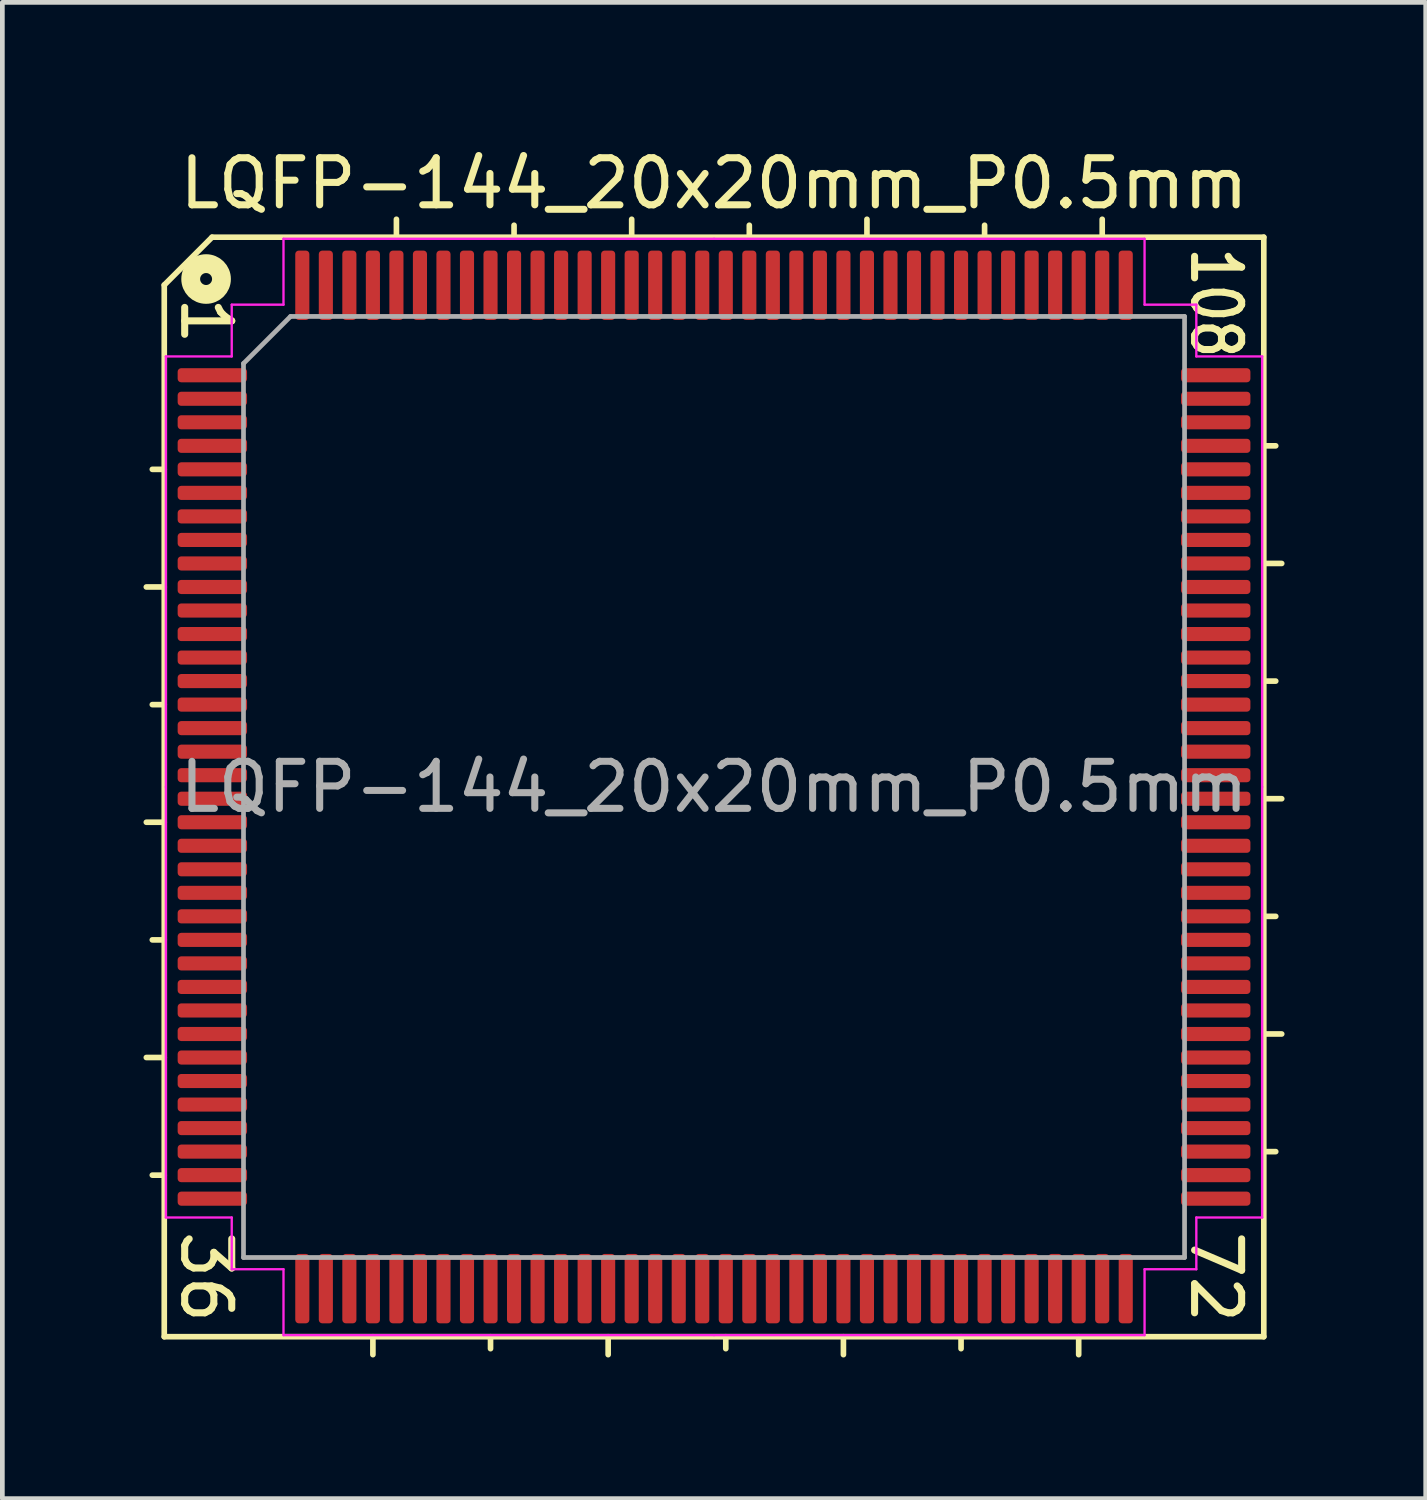
<source format=kicad_pcb>
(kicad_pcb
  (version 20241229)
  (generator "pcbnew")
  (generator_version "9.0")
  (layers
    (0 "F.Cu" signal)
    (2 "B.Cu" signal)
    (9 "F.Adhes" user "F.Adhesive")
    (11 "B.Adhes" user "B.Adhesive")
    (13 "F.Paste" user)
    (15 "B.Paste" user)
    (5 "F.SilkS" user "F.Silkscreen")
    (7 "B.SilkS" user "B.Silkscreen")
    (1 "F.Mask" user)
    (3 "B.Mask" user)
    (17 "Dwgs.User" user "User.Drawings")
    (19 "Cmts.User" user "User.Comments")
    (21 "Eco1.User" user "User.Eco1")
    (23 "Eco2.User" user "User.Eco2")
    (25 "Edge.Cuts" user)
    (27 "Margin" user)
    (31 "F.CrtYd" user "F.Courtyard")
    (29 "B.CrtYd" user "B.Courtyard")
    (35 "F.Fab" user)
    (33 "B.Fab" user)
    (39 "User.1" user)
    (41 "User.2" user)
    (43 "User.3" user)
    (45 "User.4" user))
  (footprint "LQFP-144_20x20mm_P0.5mm"
    (layer "F.Cu")
    (at 12.125 13.675)
    (property "Reference" "LQFP-144_20x20mm_P0.5mm" (at 0 -12.827 0) (layer "F.SilkS") (effects (font (size 1 1) (thickness 0.15))))
    (attr smd)
    (fp_line (start -11.684 -10.668) (end -11.684 11.684) (stroke (width 0.12) (type solid)) (layer "F.SilkS"))
    (fp_line (start -11.684 -6.75) (end -11.938 -6.75) (stroke (width 0.12) (type solid)) (layer "F.SilkS"))
    (fp_line (start -11.684 -4.25) (end -12.065 -4.25) (stroke (width 0.12) (type solid)) (layer "F.SilkS"))
    (fp_line (start -11.684 -1.75) (end -11.938 -1.75) (stroke (width 0.12) (type solid)) (layer "F.SilkS"))
    (fp_line (start -11.684 0.75) (end -12.065 0.75) (stroke (width 0.12) (type solid)) (layer "F.SilkS"))
    (fp_line (start -11.684 3.25) (end -11.938 3.25) (stroke (width 0.12) (type solid)) (layer "F.SilkS"))
    (fp_line (start -11.684 5.75) (end -12.065 5.75) (stroke (width 0.12) (type solid)) (layer "F.SilkS"))
    (fp_line (start -11.684 8.25) (end -11.938 8.25) (stroke (width 0.12) (type solid)) (layer "F.SilkS"))
    (fp_line (start -11.684 11.684) (end 11.684 11.684) (stroke (width 0.12) (type solid)) (layer "F.SilkS"))
    (fp_line (start -10.668 -11.684) (end -11.684 -10.668) (stroke (width 0.12) (type solid)) (layer "F.SilkS"))
    (fp_line (start -7.25 11.684) (end -7.25 12.065) (stroke (width 0.12) (type solid)) (layer "F.SilkS"))
    (fp_line (start -6.75 -11.684) (end -6.75 -12.065) (stroke (width 0.12) (type solid)) (layer "F.SilkS"))
    (fp_line (start -4.75 11.684) (end -4.75 11.938) (stroke (width 0.12) (type solid)) (layer "F.SilkS"))
    (fp_line (start -4.25 -11.684) (end -4.25 -11.938) (stroke (width 0.12) (type solid)) (layer "F.SilkS"))
    (fp_line (start -2.25 11.684) (end -2.25 12.065) (stroke (width 0.12) (type solid)) (layer "F.SilkS"))
    (fp_line (start -1.75 -11.684) (end -1.75 -12.065) (stroke (width 0.12) (type solid)) (layer "F.SilkS"))
    (fp_line (start 0.25 11.684) (end 0.25 11.938) (stroke (width 0.12) (type solid)) (layer "F.SilkS"))
    (fp_line (start 0.75 -11.684) (end 0.75 -11.938) (stroke (width 0.12) (type solid)) (layer "F.SilkS"))
    (fp_line (start 2.75 11.684) (end 2.75 12.065) (stroke (width 0.12) (type solid)) (layer "F.SilkS"))
    (fp_line (start 3.25 -11.684) (end 3.25 -12.065) (stroke (width 0.12) (type solid)) (layer "F.SilkS"))
    (fp_line (start 5.25 11.684) (end 5.25 11.938) (stroke (width 0.12) (type solid)) (layer "F.SilkS"))
    (fp_line (start 5.75 -11.684) (end 5.75 -11.938) (stroke (width 0.12) (type solid)) (layer "F.SilkS"))
    (fp_line (start 7.75 11.684) (end 7.75 12.065) (stroke (width 0.12) (type solid)) (layer "F.SilkS"))
    (fp_line (start 8.25 -11.684) (end 8.25 -12.065) (stroke (width 0.12) (type solid)) (layer "F.SilkS"))
    (fp_line (start 11.684 -11.684) (end -10.668 -11.684) (stroke (width 0.12) (type solid)) (layer "F.SilkS"))
    (fp_line (start 11.684 -7.25) (end 11.938 -7.25) (stroke (width 0.12) (type solid)) (layer "F.SilkS"))
    (fp_line (start 11.684 -4.75) (end 12.065 -4.75) (stroke (width 0.12) (type solid)) (layer "F.SilkS"))
    (fp_line (start 11.684 -2.25) (end 11.938 -2.25) (stroke (width 0.12) (type solid)) (layer "F.SilkS"))
    (fp_line (start 11.684 0.25) (end 12.065 0.25) (stroke (width 0.12) (type solid)) (layer "F.SilkS"))
    (fp_line (start 11.684 2.75) (end 11.938 2.75) (stroke (width 0.12) (type solid)) (layer "F.SilkS"))
    (fp_line (start 11.684 5.25) (end 12.065 5.25) (stroke (width 0.12) (type solid)) (layer "F.SilkS"))
    (fp_line (start 11.684 7.75) (end 11.938 7.75) (stroke (width 0.12) (type solid)) (layer "F.SilkS"))
    (fp_line (start 11.684 11.684) (end 11.684 -11.684) (stroke (width 0.12) (type solid)) (layer "F.SilkS"))
    (fp_circle (center -10.795 -10.795) (end -10.668 -10.795) (stroke (width 0.4) (type solid)) (fill no) (layer "F.SilkS"))
    (fp_line (start -11.65 -9.15) (end -11.65 0) (stroke (width 0.05) (type solid)) (layer "F.CrtYd"))
    (fp_line (start -11.65 9.15) (end -11.65 0) (stroke (width 0.05) (type solid)) (layer "F.CrtYd"))
    (fp_line (start -10.25 -10.25) (end -10.25 -9.15) (stroke (width 0.05) (type solid)) (layer "F.CrtYd"))
    (fp_line (start -10.25 -9.15) (end -11.65 -9.15) (stroke (width 0.05) (type solid)) (layer "F.CrtYd"))
    (fp_line (start -10.25 9.15) (end -11.65 9.15) (stroke (width 0.05) (type solid)) (layer "F.CrtYd"))
    (fp_line (start -10.25 10.25) (end -10.25 9.15) (stroke (width 0.05) (type solid)) (layer "F.CrtYd"))
    (fp_line (start -9.15 -11.65) (end -9.15 -10.25) (stroke (width 0.05) (type solid)) (layer "F.CrtYd"))
    (fp_line (start -9.15 -10.25) (end -10.25 -10.25) (stroke (width 0.05) (type solid)) (layer "F.CrtYd"))
    (fp_line (start -9.15 10.25) (end -10.25 10.25) (stroke (width 0.05) (type solid)) (layer "F.CrtYd"))
    (fp_line (start -9.15 11.65) (end -9.15 10.25) (stroke (width 0.05) (type solid)) (layer "F.CrtYd"))
    (fp_line (start 0 -11.65) (end -9.15 -11.65) (stroke (width 0.05) (type solid)) (layer "F.CrtYd"))
    (fp_line (start 0 -11.65) (end 9.15 -11.65) (stroke (width 0.05) (type solid)) (layer "F.CrtYd"))
    (fp_line (start 0 11.65) (end -9.15 11.65) (stroke (width 0.05) (type solid)) (layer "F.CrtYd"))
    (fp_line (start 0 11.65) (end 9.15 11.65) (stroke (width 0.05) (type solid)) (layer "F.CrtYd"))
    (fp_line (start 9.15 -11.65) (end 9.15 -10.25) (stroke (width 0.05) (type solid)) (layer "F.CrtYd"))
    (fp_line (start 9.15 -10.25) (end 10.25 -10.25) (stroke (width 0.05) (type solid)) (layer "F.CrtYd"))
    (fp_line (start 9.15 10.25) (end 10.25 10.25) (stroke (width 0.05) (type solid)) (layer "F.CrtYd"))
    (fp_line (start 9.15 11.65) (end 9.15 10.25) (stroke (width 0.05) (type solid)) (layer "F.CrtYd"))
    (fp_line (start 10.25 -10.25) (end 10.25 -9.15) (stroke (width 0.05) (type solid)) (layer "F.CrtYd"))
    (fp_line (start 10.25 -9.15) (end 11.65 -9.15) (stroke (width 0.05) (type solid)) (layer "F.CrtYd"))
    (fp_line (start 10.25 9.15) (end 11.65 9.15) (stroke (width 0.05) (type solid)) (layer "F.CrtYd"))
    (fp_line (start 10.25 10.25) (end 10.25 9.15) (stroke (width 0.05) (type solid)) (layer "F.CrtYd"))
    (fp_line (start 11.65 -9.15) (end 11.65 0) (stroke (width 0.05) (type solid)) (layer "F.CrtYd"))
    (fp_line (start 11.65 9.15) (end 11.65 0) (stroke (width 0.05) (type solid)) (layer "F.CrtYd"))
    (fp_line (start -10 -9) (end -9 -10) (stroke (width 0.1) (type solid)) (layer "F.Fab"))
    (fp_line (start -10 10) (end -10 -9) (stroke (width 0.1) (type solid)) (layer "F.Fab"))
    (fp_line (start -9 -10) (end 10 -10) (stroke (width 0.1) (type solid)) (layer "F.Fab"))
    (fp_line (start 10 -10) (end 10 10) (stroke (width 0.1) (type solid)) (layer "F.Fab"))
    (fp_line (start 10 10) (end -10 10) (stroke (width 0.1) (type solid)) (layer "F.Fab"))
    (fp_text user "1" (at -10.795 -9.906 270) (unlocked yes) (layer "F.SilkS") (effects (font (size 1 1) (thickness 0.15))))
    (fp_text user "72" (at 10.668 10.414 270) (unlocked yes) (layer "F.SilkS") (effects (font (size 1 1) (thickness 0.15))))
    (fp_text user "108" (at 10.668 -10.287 270) (unlocked yes) (layer "F.SilkS") (effects (font (size 1 0.8) (thickness 0.15))))
    (fp_text user "36" (at -10.795 10.414 270) (unlocked yes) (layer "F.SilkS") (effects (font (size 1 1) (thickness 0.15))))
    (fp_text user "${REFERENCE}" (at 0 0 0) (layer "F.Fab") (effects (font (size 1 1) (thickness 0.15))))
    (pad "1" smd roundrect (at -10.662 -8.75) (size 1.475 0.3) (layers "F.Cu" "F.Mask" "F.Paste") (roundrect_rratio 0.25))
    (pad "2" smd roundrect (at -10.662 -8.25) (size 1.475 0.3) (layers "F.Cu" "F.Mask" "F.Paste") (roundrect_rratio 0.25))
    (pad "3" smd roundrect (at -10.662 -7.75) (size 1.475 0.3) (layers "F.Cu" "F.Mask" "F.Paste") (roundrect_rratio 0.25))
    (pad "4" smd roundrect (at -10.662 -7.25) (size 1.475 0.3) (layers "F.Cu" "F.Mask" "F.Paste") (roundrect_rratio 0.25))
    (pad "5" smd roundrect (at -10.662 -6.75) (size 1.475 0.3) (layers "F.Cu" "F.Mask" "F.Paste") (roundrect_rratio 0.25))
    (pad "6" smd roundrect (at -10.662 -6.25) (size 1.475 0.3) (layers "F.Cu" "F.Mask" "F.Paste") (roundrect_rratio 0.25))
    (pad "7" smd roundrect (at -10.662 -5.75) (size 1.475 0.3) (layers "F.Cu" "F.Mask" "F.Paste") (roundrect_rratio 0.25))
    (pad "8" smd roundrect (at -10.662 -5.25) (size 1.475 0.3) (layers "F.Cu" "F.Mask" "F.Paste") (roundrect_rratio 0.25))
    (pad "9" smd roundrect (at -10.662 -4.75) (size 1.475 0.3) (layers "F.Cu" "F.Mask" "F.Paste") (roundrect_rratio 0.25))
    (pad "10" smd roundrect (at -10.662 -4.25) (size 1.475 0.3) (layers "F.Cu" "F.Mask" "F.Paste") (roundrect_rratio 0.25))
    (pad "11" smd roundrect (at -10.662 -3.75) (size 1.475 0.3) (layers "F.Cu" "F.Mask" "F.Paste") (roundrect_rratio 0.25))
    (pad "12" smd roundrect (at -10.662 -3.25) (size 1.475 0.3) (layers "F.Cu" "F.Mask" "F.Paste") (roundrect_rratio 0.25))
    (pad "13" smd roundrect (at -10.662 -2.75) (size 1.475 0.3) (layers "F.Cu" "F.Mask" "F.Paste") (roundrect_rratio 0.25))
    (pad "14" smd roundrect (at -10.662 -2.25) (size 1.475 0.3) (layers "F.Cu" "F.Mask" "F.Paste") (roundrect_rratio 0.25))
    (pad "15" smd roundrect (at -10.662 -1.75) (size 1.475 0.3) (layers "F.Cu" "F.Mask" "F.Paste") (roundrect_rratio 0.25))
    (pad "16" smd roundrect (at -10.662 -1.25) (size 1.475 0.3) (layers "F.Cu" "F.Mask" "F.Paste") (roundrect_rratio 0.25))
    (pad "17" smd roundrect (at -10.662 -0.75) (size 1.475 0.3) (layers "F.Cu" "F.Mask" "F.Paste") (roundrect_rratio 0.25))
    (pad "18" smd roundrect (at -10.662 -0.25) (size 1.475 0.3) (layers "F.Cu" "F.Mask" "F.Paste") (roundrect_rratio 0.25))
    (pad "19" smd roundrect (at -10.662 0.25) (size 1.475 0.3) (layers "F.Cu" "F.Mask" "F.Paste") (roundrect_rratio 0.25))
    (pad "20" smd roundrect (at -10.662 0.75) (size 1.475 0.3) (layers "F.Cu" "F.Mask" "F.Paste") (roundrect_rratio 0.25))
    (pad "21" smd roundrect (at -10.662 1.25) (size 1.475 0.3) (layers "F.Cu" "F.Mask" "F.Paste") (roundrect_rratio 0.25))
    (pad "22" smd roundrect (at -10.662 1.75) (size 1.475 0.3) (layers "F.Cu" "F.Mask" "F.Paste") (roundrect_rratio 0.25))
    (pad "23" smd roundrect (at -10.662 2.25) (size 1.475 0.3) (layers "F.Cu" "F.Mask" "F.Paste") (roundrect_rratio 0.25))
    (pad "24" smd roundrect (at -10.662 2.75) (size 1.475 0.3) (layers "F.Cu" "F.Mask" "F.Paste") (roundrect_rratio 0.25))
    (pad "25" smd roundrect (at -10.662 3.25) (size 1.475 0.3) (layers "F.Cu" "F.Mask" "F.Paste") (roundrect_rratio 0.25))
    (pad "26" smd roundrect (at -10.662 3.75) (size 1.475 0.3) (layers "F.Cu" "F.Mask" "F.Paste") (roundrect_rratio 0.25))
    (pad "27" smd roundrect (at -10.662 4.25) (size 1.475 0.3) (layers "F.Cu" "F.Mask" "F.Paste") (roundrect_rratio 0.25))
    (pad "28" smd roundrect (at -10.662 4.75) (size 1.475 0.3) (layers "F.Cu" "F.Mask" "F.Paste") (roundrect_rratio 0.25))
    (pad "29" smd roundrect (at -10.662 5.25) (size 1.475 0.3) (layers "F.Cu" "F.Mask" "F.Paste") (roundrect_rratio 0.25))
    (pad "30" smd roundrect (at -10.662 5.75) (size 1.475 0.3) (layers "F.Cu" "F.Mask" "F.Paste") (roundrect_rratio 0.25))
    (pad "31" smd roundrect (at -10.662 6.25) (size 1.475 0.3) (layers "F.Cu" "F.Mask" "F.Paste") (roundrect_rratio 0.25))
    (pad "32" smd roundrect (at -10.662 6.75) (size 1.475 0.3) (layers "F.Cu" "F.Mask" "F.Paste") (roundrect_rratio 0.25))
    (pad "33" smd roundrect (at -10.662 7.25) (size 1.475 0.3) (layers "F.Cu" "F.Mask" "F.Paste") (roundrect_rratio 0.25))
    (pad "34" smd roundrect (at -10.662 7.75) (size 1.475 0.3) (layers "F.Cu" "F.Mask" "F.Paste") (roundrect_rratio 0.25))
    (pad "35" smd roundrect (at -10.662 8.25) (size 1.475 0.3) (layers "F.Cu" "F.Mask" "F.Paste") (roundrect_rratio 0.25))
    (pad "36" smd roundrect (at -10.662 8.75) (size 1.475 0.3) (layers "F.Cu" "F.Mask" "F.Paste") (roundrect_rratio 0.25))
    (pad "37" smd roundrect (at -8.75 10.662) (size 0.3 1.475) (layers "F.Cu" "F.Mask" "F.Paste") (roundrect_rratio 0.25))
    (pad "38" smd roundrect (at -8.25 10.662) (size 0.3 1.475) (layers "F.Cu" "F.Mask" "F.Paste") (roundrect_rratio 0.25))
    (pad "39" smd roundrect (at -7.75 10.662) (size 0.3 1.475) (layers "F.Cu" "F.Mask" "F.Paste") (roundrect_rratio 0.25))
    (pad "40" smd roundrect (at -7.25 10.662) (size 0.3 1.475) (layers "F.Cu" "F.Mask" "F.Paste") (roundrect_rratio 0.25))
    (pad "41" smd roundrect (at -6.75 10.662) (size 0.3 1.475) (layers "F.Cu" "F.Mask" "F.Paste") (roundrect_rratio 0.25))
    (pad "42" smd roundrect (at -6.25 10.662) (size 0.3 1.475) (layers "F.Cu" "F.Mask" "F.Paste") (roundrect_rratio 0.25))
    (pad "43" smd roundrect (at -5.75 10.662) (size 0.3 1.475) (layers "F.Cu" "F.Mask" "F.Paste") (roundrect_rratio 0.25))
    (pad "44" smd roundrect (at -5.25 10.662) (size 0.3 1.475) (layers "F.Cu" "F.Mask" "F.Paste") (roundrect_rratio 0.25))
    (pad "45" smd roundrect (at -4.75 10.662) (size 0.3 1.475) (layers "F.Cu" "F.Mask" "F.Paste") (roundrect_rratio 0.25))
    (pad "46" smd roundrect (at -4.25 10.662) (size 0.3 1.475) (layers "F.Cu" "F.Mask" "F.Paste") (roundrect_rratio 0.25))
    (pad "47" smd roundrect (at -3.75 10.662) (size 0.3 1.475) (layers "F.Cu" "F.Mask" "F.Paste") (roundrect_rratio 0.25))
    (pad "48" smd roundrect (at -3.25 10.662) (size 0.3 1.475) (layers "F.Cu" "F.Mask" "F.Paste") (roundrect_rratio 0.25))
    (pad "49" smd roundrect (at -2.75 10.662) (size 0.3 1.475) (layers "F.Cu" "F.Mask" "F.Paste") (roundrect_rratio 0.25))
    (pad "50" smd roundrect (at -2.25 10.662) (size 0.3 1.475) (layers "F.Cu" "F.Mask" "F.Paste") (roundrect_rratio 0.25))
    (pad "51" smd roundrect (at -1.75 10.662) (size 0.3 1.475) (layers "F.Cu" "F.Mask" "F.Paste") (roundrect_rratio 0.25))
    (pad "52" smd roundrect (at -1.25 10.662) (size 0.3 1.475) (layers "F.Cu" "F.Mask" "F.Paste") (roundrect_rratio 0.25))
    (pad "53" smd roundrect (at -0.75 10.662) (size 0.3 1.475) (layers "F.Cu" "F.Mask" "F.Paste") (roundrect_rratio 0.25))
    (pad "54" smd roundrect (at -0.25 10.662) (size 0.3 1.475) (layers "F.Cu" "F.Mask" "F.Paste") (roundrect_rratio 0.25))
    (pad "55" smd roundrect (at 0.25 10.662) (size 0.3 1.475) (layers "F.Cu" "F.Mask" "F.Paste") (roundrect_rratio 0.25))
    (pad "56" smd roundrect (at 0.75 10.662) (size 0.3 1.475) (layers "F.Cu" "F.Mask" "F.Paste") (roundrect_rratio 0.25))
    (pad "57" smd roundrect (at 1.25 10.662) (size 0.3 1.475) (layers "F.Cu" "F.Mask" "F.Paste") (roundrect_rratio 0.25))
    (pad "58" smd roundrect (at 1.75 10.662) (size 0.3 1.475) (layers "F.Cu" "F.Mask" "F.Paste") (roundrect_rratio 0.25))
    (pad "59" smd roundrect (at 2.25 10.662) (size 0.3 1.475) (layers "F.Cu" "F.Mask" "F.Paste") (roundrect_rratio 0.25))
    (pad "60" smd roundrect (at 2.75 10.662) (size 0.3 1.475) (layers "F.Cu" "F.Mask" "F.Paste") (roundrect_rratio 0.25))
    (pad "61" smd roundrect (at 3.25 10.662) (size 0.3 1.475) (layers "F.Cu" "F.Mask" "F.Paste") (roundrect_rratio 0.25))
    (pad "62" smd roundrect (at 3.75 10.662) (size 0.3 1.475) (layers "F.Cu" "F.Mask" "F.Paste") (roundrect_rratio 0.25))
    (pad "63" smd roundrect (at 4.25 10.662) (size 0.3 1.475) (layers "F.Cu" "F.Mask" "F.Paste") (roundrect_rratio 0.25))
    (pad "64" smd roundrect (at 4.75 10.662) (size 0.3 1.475) (layers "F.Cu" "F.Mask" "F.Paste") (roundrect_rratio 0.25))
    (pad "65" smd roundrect (at 5.25 10.662) (size 0.3 1.475) (layers "F.Cu" "F.Mask" "F.Paste") (roundrect_rratio 0.25))
    (pad "66" smd roundrect (at 5.75 10.662) (size 0.3 1.475) (layers "F.Cu" "F.Mask" "F.Paste") (roundrect_rratio 0.25))
    (pad "67" smd roundrect (at 6.25 10.662) (size 0.3 1.475) (layers "F.Cu" "F.Mask" "F.Paste") (roundrect_rratio 0.25))
    (pad "68" smd roundrect (at 6.75 10.662) (size 0.3 1.475) (layers "F.Cu" "F.Mask" "F.Paste") (roundrect_rratio 0.25))
    (pad "69" smd roundrect (at 7.25 10.662) (size 0.3 1.475) (layers "F.Cu" "F.Mask" "F.Paste") (roundrect_rratio 0.25))
    (pad "70" smd roundrect (at 7.75 10.662) (size 0.3 1.475) (layers "F.Cu" "F.Mask" "F.Paste") (roundrect_rratio 0.25))
    (pad "71" smd roundrect (at 8.25 10.662) (size 0.3 1.475) (layers "F.Cu" "F.Mask" "F.Paste") (roundrect_rratio 0.25))
    (pad "72" smd roundrect (at 8.75 10.662) (size 0.3 1.475) (layers "F.Cu" "F.Mask" "F.Paste") (roundrect_rratio 0.25))
    (pad "73" smd roundrect (at 10.662 8.75) (size 1.475 0.3) (layers "F.Cu" "F.Mask" "F.Paste") (roundrect_rratio 0.25))
    (pad "74" smd roundrect (at 10.662 8.25) (size 1.475 0.3) (layers "F.Cu" "F.Mask" "F.Paste") (roundrect_rratio 0.25))
    (pad "75" smd roundrect (at 10.662 7.75) (size 1.475 0.3) (layers "F.Cu" "F.Mask" "F.Paste") (roundrect_rratio 0.25))
    (pad "76" smd roundrect (at 10.662 7.25) (size 1.475 0.3) (layers "F.Cu" "F.Mask" "F.Paste") (roundrect_rratio 0.25))
    (pad "77" smd roundrect (at 10.662 6.75) (size 1.475 0.3) (layers "F.Cu" "F.Mask" "F.Paste") (roundrect_rratio 0.25))
    (pad "78" smd roundrect (at 10.662 6.25) (size 1.475 0.3) (layers "F.Cu" "F.Mask" "F.Paste") (roundrect_rratio 0.25))
    (pad "79" smd roundrect (at 10.662 5.75) (size 1.475 0.3) (layers "F.Cu" "F.Mask" "F.Paste") (roundrect_rratio 0.25))
    (pad "80" smd roundrect (at 10.662 5.25) (size 1.475 0.3) (layers "F.Cu" "F.Mask" "F.Paste") (roundrect_rratio 0.25))
    (pad "81" smd roundrect (at 10.662 4.75) (size 1.475 0.3) (layers "F.Cu" "F.Mask" "F.Paste") (roundrect_rratio 0.25))
    (pad "82" smd roundrect (at 10.662 4.25) (size 1.475 0.3) (layers "F.Cu" "F.Mask" "F.Paste") (roundrect_rratio 0.25))
    (pad "83" smd roundrect (at 10.662 3.75) (size 1.475 0.3) (layers "F.Cu" "F.Mask" "F.Paste") (roundrect_rratio 0.25))
    (pad "84" smd roundrect (at 10.662 3.25) (size 1.475 0.3) (layers "F.Cu" "F.Mask" "F.Paste") (roundrect_rratio 0.25))
    (pad "85" smd roundrect (at 10.662 2.75) (size 1.475 0.3) (layers "F.Cu" "F.Mask" "F.Paste") (roundrect_rratio 0.25))
    (pad "86" smd roundrect (at 10.662 2.25) (size 1.475 0.3) (layers "F.Cu" "F.Mask" "F.Paste") (roundrect_rratio 0.25))
    (pad "87" smd roundrect (at 10.662 1.75) (size 1.475 0.3) (layers "F.Cu" "F.Mask" "F.Paste") (roundrect_rratio 0.25))
    (pad "88" smd roundrect (at 10.662 1.25) (size 1.475 0.3) (layers "F.Cu" "F.Mask" "F.Paste") (roundrect_rratio 0.25))
    (pad "89" smd roundrect (at 10.662 0.75) (size 1.475 0.3) (layers "F.Cu" "F.Mask" "F.Paste") (roundrect_rratio 0.25))
    (pad "90" smd roundrect (at 10.662 0.25) (size 1.475 0.3) (layers "F.Cu" "F.Mask" "F.Paste") (roundrect_rratio 0.25))
    (pad "91" smd roundrect (at 10.662 -0.25) (size 1.475 0.3) (layers "F.Cu" "F.Mask" "F.Paste") (roundrect_rratio 0.25))
    (pad "92" smd roundrect (at 10.662 -0.75) (size 1.475 0.3) (layers "F.Cu" "F.Mask" "F.Paste") (roundrect_rratio 0.25))
    (pad "93" smd roundrect (at 10.662 -1.25) (size 1.475 0.3) (layers "F.Cu" "F.Mask" "F.Paste") (roundrect_rratio 0.25))
    (pad "94" smd roundrect (at 10.662 -1.75) (size 1.475 0.3) (layers "F.Cu" "F.Mask" "F.Paste") (roundrect_rratio 0.25))
    (pad "95" smd roundrect (at 10.662 -2.25) (size 1.475 0.3) (layers "F.Cu" "F.Mask" "F.Paste") (roundrect_rratio 0.25))
    (pad "96" smd roundrect (at 10.662 -2.75) (size 1.475 0.3) (layers "F.Cu" "F.Mask" "F.Paste") (roundrect_rratio 0.25))
    (pad "97" smd roundrect (at 10.662 -3.25) (size 1.475 0.3) (layers "F.Cu" "F.Mask" "F.Paste") (roundrect_rratio 0.25))
    (pad "98" smd roundrect (at 10.662 -3.75) (size 1.475 0.3) (layers "F.Cu" "F.Mask" "F.Paste") (roundrect_rratio 0.25))
    (pad "99" smd roundrect (at 10.662 -4.25) (size 1.475 0.3) (layers "F.Cu" "F.Mask" "F.Paste") (roundrect_rratio 0.25))
    (pad "100" smd roundrect (at 10.662 -4.75) (size 1.475 0.3) (layers "F.Cu" "F.Mask" "F.Paste") (roundrect_rratio 0.25))
    (pad "101" smd roundrect (at 10.662 -5.25) (size 1.475 0.3) (layers "F.Cu" "F.Mask" "F.Paste") (roundrect_rratio 0.25))
    (pad "102" smd roundrect (at 10.662 -5.75) (size 1.475 0.3) (layers "F.Cu" "F.Mask" "F.Paste") (roundrect_rratio 0.25))
    (pad "103" smd roundrect (at 10.662 -6.25) (size 1.475 0.3) (layers "F.Cu" "F.Mask" "F.Paste") (roundrect_rratio 0.25))
    (pad "104" smd roundrect (at 10.662 -6.75) (size 1.475 0.3) (layers "F.Cu" "F.Mask" "F.Paste") (roundrect_rratio 0.25))
    (pad "105" smd roundrect (at 10.662 -7.25) (size 1.475 0.3) (layers "F.Cu" "F.Mask" "F.Paste") (roundrect_rratio 0.25))
    (pad "106" smd roundrect (at 10.662 -7.75) (size 1.475 0.3) (layers "F.Cu" "F.Mask" "F.Paste") (roundrect_rratio 0.25))
    (pad "107" smd roundrect (at 10.662 -8.25) (size 1.475 0.3) (layers "F.Cu" "F.Mask" "F.Paste") (roundrect_rratio 0.25))
    (pad "108" smd roundrect (at 10.662 -8.75) (size 1.475 0.3) (layers "F.Cu" "F.Mask" "F.Paste") (roundrect_rratio 0.25))
    (pad "109" smd roundrect (at 8.75 -10.662) (size 0.3 1.475) (layers "F.Cu" "F.Mask" "F.Paste") (roundrect_rratio 0.25))
    (pad "110" smd roundrect (at 8.25 -10.662) (size 0.3 1.475) (layers "F.Cu" "F.Mask" "F.Paste") (roundrect_rratio 0.25))
    (pad "111" smd roundrect (at 7.75 -10.662) (size 0.3 1.475) (layers "F.Cu" "F.Mask" "F.Paste") (roundrect_rratio 0.25))
    (pad "112" smd roundrect (at 7.25 -10.662) (size 0.3 1.475) (layers "F.Cu" "F.Mask" "F.Paste") (roundrect_rratio 0.25))
    (pad "113" smd roundrect (at 6.75 -10.662) (size 0.3 1.475) (layers "F.Cu" "F.Mask" "F.Paste") (roundrect_rratio 0.25))
    (pad "114" smd roundrect (at 6.25 -10.662) (size 0.3 1.475) (layers "F.Cu" "F.Mask" "F.Paste") (roundrect_rratio 0.25))
    (pad "115" smd roundrect (at 5.75 -10.662) (size 0.3 1.475) (layers "F.Cu" "F.Mask" "F.Paste") (roundrect_rratio 0.25))
    (pad "116" smd roundrect (at 5.25 -10.662) (size 0.3 1.475) (layers "F.Cu" "F.Mask" "F.Paste") (roundrect_rratio 0.25))
    (pad "117" smd roundrect (at 4.75 -10.662) (size 0.3 1.475) (layers "F.Cu" "F.Mask" "F.Paste") (roundrect_rratio 0.25))
    (pad "118" smd roundrect (at 4.25 -10.662) (size 0.3 1.475) (layers "F.Cu" "F.Mask" "F.Paste") (roundrect_rratio 0.25))
    (pad "119" smd roundrect (at 3.75 -10.662) (size 0.3 1.475) (layers "F.Cu" "F.Mask" "F.Paste") (roundrect_rratio 0.25))
    (pad "120" smd roundrect (at 3.25 -10.662) (size 0.3 1.475) (layers "F.Cu" "F.Mask" "F.Paste") (roundrect_rratio 0.25))
    (pad "121" smd roundrect (at 2.75 -10.662) (size 0.3 1.475) (layers "F.Cu" "F.Mask" "F.Paste") (roundrect_rratio 0.25))
    (pad "122" smd roundrect (at 2.25 -10.662) (size 0.3 1.475) (layers "F.Cu" "F.Mask" "F.Paste") (roundrect_rratio 0.25))
    (pad "123" smd roundrect (at 1.75 -10.662) (size 0.3 1.475) (layers "F.Cu" "F.Mask" "F.Paste") (roundrect_rratio 0.25))
    (pad "124" smd roundrect (at 1.25 -10.662) (size 0.3 1.475) (layers "F.Cu" "F.Mask" "F.Paste") (roundrect_rratio 0.25))
    (pad "125" smd roundrect (at 0.75 -10.662) (size 0.3 1.475) (layers "F.Cu" "F.Mask" "F.Paste") (roundrect_rratio 0.25))
    (pad "126" smd roundrect (at 0.25 -10.662) (size 0.3 1.475) (layers "F.Cu" "F.Mask" "F.Paste") (roundrect_rratio 0.25))
    (pad "127" smd roundrect (at -0.25 -10.662) (size 0.3 1.475) (layers "F.Cu" "F.Mask" "F.Paste") (roundrect_rratio 0.25))
    (pad "128" smd roundrect (at -0.75 -10.662) (size 0.3 1.475) (layers "F.Cu" "F.Mask" "F.Paste") (roundrect_rratio 0.25))
    (pad "129" smd roundrect (at -1.25 -10.662) (size 0.3 1.475) (layers "F.Cu" "F.Mask" "F.Paste") (roundrect_rratio 0.25))
    (pad "130" smd roundrect (at -1.75 -10.662) (size 0.3 1.475) (layers "F.Cu" "F.Mask" "F.Paste") (roundrect_rratio 0.25))
    (pad "131" smd roundrect (at -2.25 -10.662) (size 0.3 1.475) (layers "F.Cu" "F.Mask" "F.Paste") (roundrect_rratio 0.25))
    (pad "132" smd roundrect (at -2.75 -10.662) (size 0.3 1.475) (layers "F.Cu" "F.Mask" "F.Paste") (roundrect_rratio 0.25))
    (pad "133" smd roundrect (at -3.25 -10.662) (size 0.3 1.475) (layers "F.Cu" "F.Mask" "F.Paste") (roundrect_rratio 0.25))
    (pad "134" smd roundrect (at -3.75 -10.662) (size 0.3 1.475) (layers "F.Cu" "F.Mask" "F.Paste") (roundrect_rratio 0.25))
    (pad "135" smd roundrect (at -4.25 -10.662) (size 0.3 1.475) (layers "F.Cu" "F.Mask" "F.Paste") (roundrect_rratio 0.25))
    (pad "136" smd roundrect (at -4.75 -10.662) (size 0.3 1.475) (layers "F.Cu" "F.Mask" "F.Paste") (roundrect_rratio 0.25))
    (pad "137" smd roundrect (at -5.25 -10.662) (size 0.3 1.475) (layers "F.Cu" "F.Mask" "F.Paste") (roundrect_rratio 0.25))
    (pad "138" smd roundrect (at -5.75 -10.662) (size 0.3 1.475) (layers "F.Cu" "F.Mask" "F.Paste") (roundrect_rratio 0.25))
    (pad "139" smd roundrect (at -6.25 -10.662) (size 0.3 1.475) (layers "F.Cu" "F.Mask" "F.Paste") (roundrect_rratio 0.25))
    (pad "140" smd roundrect (at -6.75 -10.662) (size 0.3 1.475) (layers "F.Cu" "F.Mask" "F.Paste") (roundrect_rratio 0.25))
    (pad "141" smd roundrect (at -7.25 -10.662) (size 0.3 1.475) (layers "F.Cu" "F.Mask" "F.Paste") (roundrect_rratio 0.25))
    (pad "142" smd roundrect (at -7.75 -10.662) (size 0.3 1.475) (layers "F.Cu" "F.Mask" "F.Paste") (roundrect_rratio 0.25))
    (pad "143" smd roundrect (at -8.25 -10.662) (size 0.3 1.475) (layers "F.Cu" "F.Mask" "F.Paste") (roundrect_rratio 0.25))
    (pad "144" smd roundrect (at -8.75 -10.662) (size 0.3 1.475) (layers "F.Cu" "F.Mask" "F.Paste") (roundrect_rratio 0.25)))
  (gr_rect
    (start -3 -3)
    (end 27.25 28.8)
    (stroke (width 0.1) (type default))
    (fill no)
    (layer "Edge.Cuts")))
</source>
